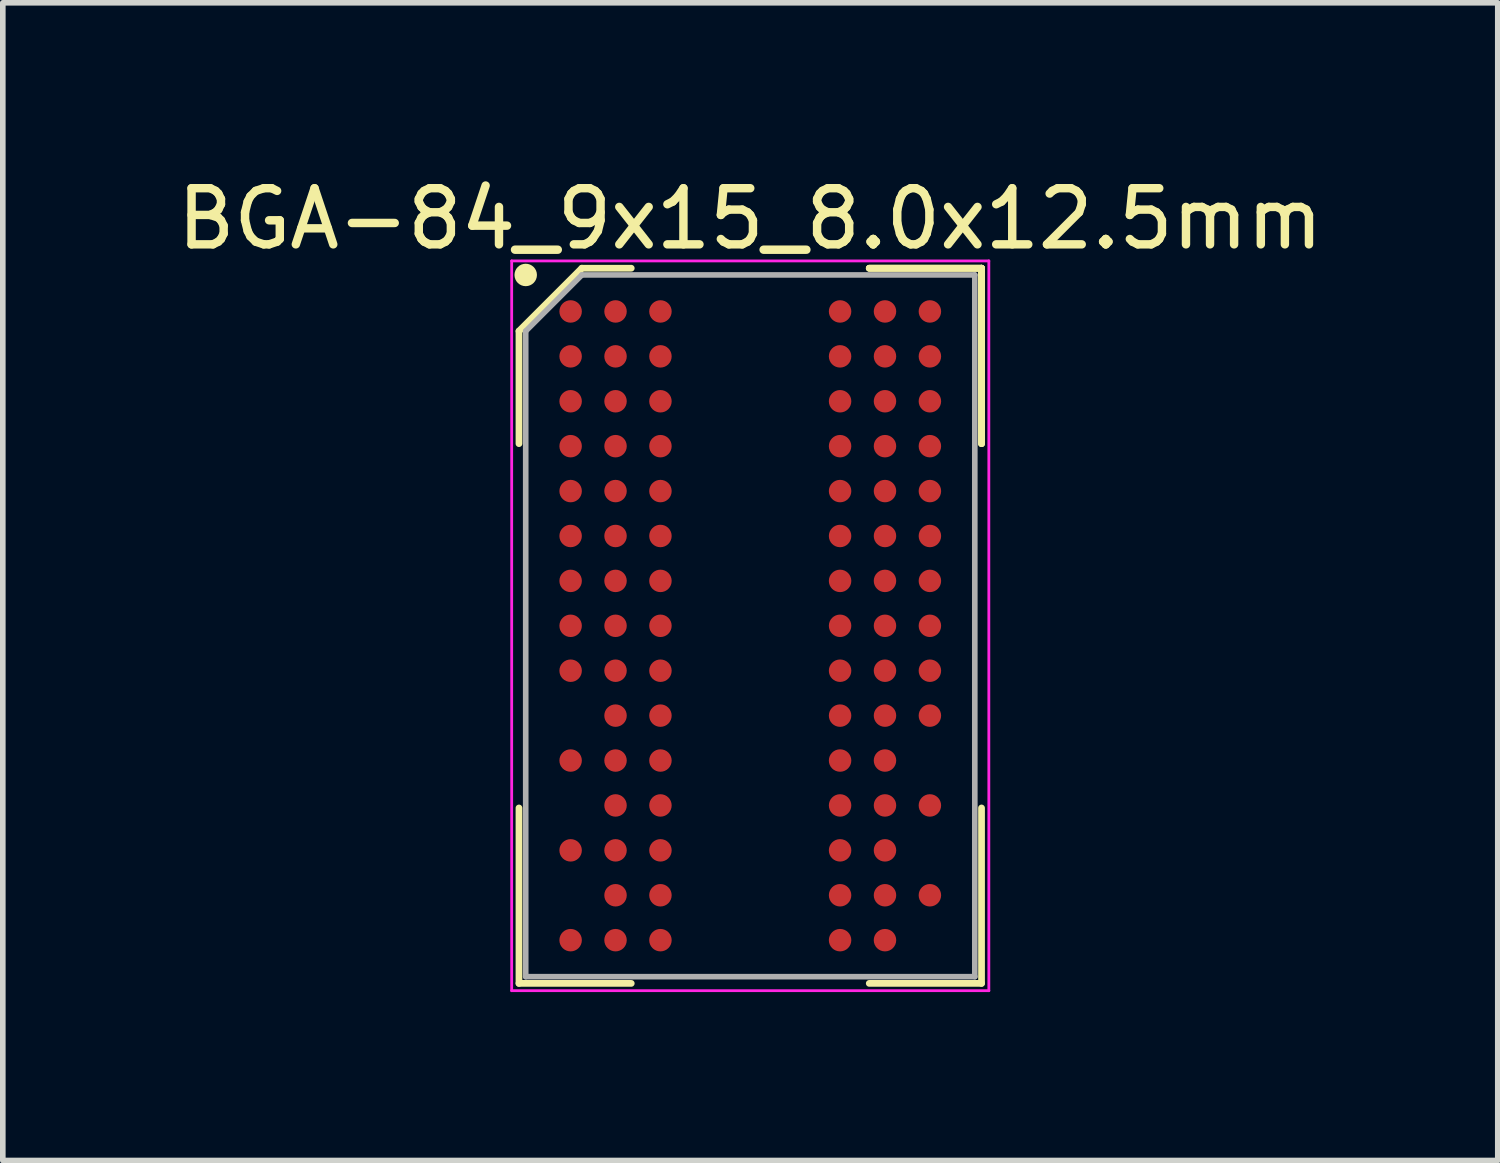
<source format=kicad_pcb>
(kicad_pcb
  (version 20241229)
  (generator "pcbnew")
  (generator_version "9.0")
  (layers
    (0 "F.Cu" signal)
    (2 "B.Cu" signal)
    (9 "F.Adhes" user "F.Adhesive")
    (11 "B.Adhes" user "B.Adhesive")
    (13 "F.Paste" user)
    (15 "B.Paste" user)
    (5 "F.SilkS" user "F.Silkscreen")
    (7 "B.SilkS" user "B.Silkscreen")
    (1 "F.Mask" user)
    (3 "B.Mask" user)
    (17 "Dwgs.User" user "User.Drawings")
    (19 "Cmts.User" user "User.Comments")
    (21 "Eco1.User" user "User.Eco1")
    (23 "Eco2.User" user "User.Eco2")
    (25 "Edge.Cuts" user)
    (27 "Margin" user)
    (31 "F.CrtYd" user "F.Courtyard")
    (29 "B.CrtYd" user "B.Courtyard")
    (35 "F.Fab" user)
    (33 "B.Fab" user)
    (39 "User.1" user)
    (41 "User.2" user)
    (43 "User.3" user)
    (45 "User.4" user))
  (footprint "BGA-84_9x15_8.0x12.5mm"
    (layer "F.Cu")
    (at 10.315 8.098)
    (property "Reference" "BGA-84_9x15_8.0x12.5mm" (at 0 -7.25 0) (layer "F.SilkS") (effects (font (size 1 1) (thickness 0.15))))
    (attr through_hole)
    (fp_line (start -4.12 -5.25) (end -4.12 -3.245) (stroke (width 0.12) (type solid)) (layer "F.SilkS"))
    (fp_line (start -4.12 6.37) (end -4.12 3.245) (stroke (width 0.12) (type solid)) (layer "F.SilkS"))
    (fp_line (start -3 -6.37) (end -4.12 -5.25) (stroke (width 0.12) (type solid)) (layer "F.SilkS"))
    (fp_line (start -2.12 -6.37) (end -3 -6.37) (stroke (width 0.12) (type solid)) (layer "F.SilkS"))
    (fp_line (start -2.12 6.37) (end -4.12 6.37) (stroke (width 0.12) (type solid)) (layer "F.SilkS"))
    (fp_line (start 2.12 -6.37) (end 4.12 -6.37) (stroke (width 0.12) (type solid)) (layer "F.SilkS"))
    (fp_line (start 2.12 -6.37) (end 4.12 -6.37) (stroke (width 0.12) (type solid)) (layer "F.SilkS"))
    (fp_line (start 2.12 -6.37) (end 4.12 -6.37) (stroke (width 0.12) (type solid)) (layer "F.SilkS"))
    (fp_line (start 2.12 6.37) (end 4.12 6.37) (stroke (width 0.12) (type solid)) (layer "F.SilkS"))
    (fp_line (start 4.12 -6.37) (end 4.12 -3.245) (stroke (width 0.12) (type solid)) (layer "F.SilkS"))
    (fp_line (start 4.12 -6.37) (end 4.12 -3.245) (stroke (width 0.12) (type solid)) (layer "F.SilkS"))
    (fp_line (start 4.12 -6.37) (end 4.12 -3.245) (stroke (width 0.12) (type solid)) (layer "F.SilkS"))
    (fp_line (start 4.12 6.37) (end 4.12 3.245) (stroke (width 0.12) (type solid)) (layer "F.SilkS"))
    (fp_circle (center -4 -6.25) (end -4 -6.15) (stroke (width 0.2) (type solid)) (fill no) (layer "F.SilkS"))
    (fp_line (start -4.25 -6.5) (end 4.25 -6.5) (stroke (width 0.05) (type solid)) (layer "F.CrtYd"))
    (fp_line (start -4.25 6.5) (end -4.25 -6.5) (stroke (width 0.05) (type solid)) (layer "F.CrtYd"))
    (fp_line (start 4.25 -6.5) (end 4.25 6.5) (stroke (width 0.05) (type solid)) (layer "F.CrtYd"))
    (fp_line (start 4.25 6.5) (end -4.25 6.5) (stroke (width 0.05) (type solid)) (layer "F.CrtYd"))
    (fp_line (start -4 -5.25) (end -4 6.25) (stroke (width 0.1) (type solid)) (layer "F.Fab"))
    (fp_line (start -4 6.25) (end 4 6.25) (stroke (width 0.1) (type solid)) (layer "F.Fab"))
    (fp_line (start -3 -6.25) (end -4 -5.25) (stroke (width 0.1) (type solid)) (layer "F.Fab"))
    (fp_line (start 4 -6.25) (end -3 -6.25) (stroke (width 0.1) (type solid)) (layer "F.Fab"))
    (fp_line (start 4 6.25) (end 4 -6.25) (stroke (width 0.1) (type solid)) (layer "F.Fab"))
    (pad "A1" smd circle (at -3.2 -5.6) (size 0.4 0.4) (layers "F.Cu" "F.Mask" "F.Paste"))
    (pad "A2" smd circle (at -2.4 -5.6) (size 0.4 0.4) (layers "F.Cu" "F.Mask" "F.Paste"))
    (pad "A3" smd circle (at -1.6 -5.6) (size 0.4 0.4) (layers "F.Cu" "F.Mask" "F.Paste"))
    (pad "A7" smd circle (at 1.6 -5.6) (size 0.4 0.4) (layers "F.Cu" "F.Mask" "F.Paste"))
    (pad "A8" smd circle (at 2.4 -5.6) (size 0.4 0.4) (layers "F.Cu" "F.Mask" "F.Paste"))
    (pad "A9" smd circle (at 3.2 -5.6) (size 0.4 0.4) (layers "F.Cu" "F.Mask" "F.Paste"))
    (pad "B1" smd circle (at -3.2 -4.8) (size 0.4 0.4) (layers "F.Cu" "F.Mask" "F.Paste"))
    (pad "B2" smd circle (at -2.4 -4.8) (size 0.4 0.4) (layers "F.Cu" "F.Mask" "F.Paste"))
    (pad "B3" smd circle (at -1.6 -4.8) (size 0.4 0.4) (layers "F.Cu" "F.Mask" "F.Paste"))
    (pad "B7" smd circle (at 1.6 -4.8) (size 0.4 0.4) (layers "F.Cu" "F.Mask" "F.Paste"))
    (pad "B8" smd circle (at 2.4 -4.8) (size 0.4 0.4) (layers "F.Cu" "F.Mask" "F.Paste"))
    (pad "B9" smd circle (at 3.2 -4.8) (size 0.4 0.4) (layers "F.Cu" "F.Mask" "F.Paste"))
    (pad "C1" smd circle (at -3.2 -4) (size 0.4 0.4) (layers "F.Cu" "F.Mask" "F.Paste"))
    (pad "C2" smd circle (at -2.4 -4) (size 0.4 0.4) (layers "F.Cu" "F.Mask" "F.Paste"))
    (pad "C3" smd circle (at -1.6 -4) (size 0.4 0.4) (layers "F.Cu" "F.Mask" "F.Paste"))
    (pad "C7" smd circle (at 1.6 -4) (size 0.4 0.4) (layers "F.Cu" "F.Mask" "F.Paste"))
    (pad "C8" smd circle (at 2.4 -4) (size 0.4 0.4) (layers "F.Cu" "F.Mask" "F.Paste"))
    (pad "C9" smd circle (at 3.2 -4) (size 0.4 0.4) (layers "F.Cu" "F.Mask" "F.Paste"))
    (pad "D1" smd circle (at -3.2 -3.2) (size 0.4 0.4) (layers "F.Cu" "F.Mask" "F.Paste"))
    (pad "D2" smd circle (at -2.4 -3.2) (size 0.4 0.4) (layers "F.Cu" "F.Mask" "F.Paste"))
    (pad "D3" smd circle (at -1.6 -3.2) (size 0.4 0.4) (layers "F.Cu" "F.Mask" "F.Paste"))
    (pad "D7" smd circle (at 1.6 -3.2) (size 0.4 0.4) (layers "F.Cu" "F.Mask" "F.Paste"))
    (pad "D8" smd circle (at 2.4 -3.2) (size 0.4 0.4) (layers "F.Cu" "F.Mask" "F.Paste"))
    (pad "D9" smd circle (at 3.2 -3.2) (size 0.4 0.4) (layers "F.Cu" "F.Mask" "F.Paste"))
    (pad "E1" smd circle (at -3.2 -2.4) (size 0.4 0.4) (layers "F.Cu" "F.Mask" "F.Paste"))
    (pad "E2" smd circle (at -2.4 -2.4) (size 0.4 0.4) (layers "F.Cu" "F.Mask" "F.Paste"))
    (pad "E3" smd circle (at -1.6 -2.4) (size 0.4 0.4) (layers "F.Cu" "F.Mask" "F.Paste"))
    (pad "E7" smd circle (at 1.6 -2.4) (size 0.4 0.4) (layers "F.Cu" "F.Mask" "F.Paste"))
    (pad "E8" smd circle (at 2.4 -2.4) (size 0.4 0.4) (layers "F.Cu" "F.Mask" "F.Paste"))
    (pad "E9" smd circle (at 3.2 -2.4) (size 0.4 0.4) (layers "F.Cu" "F.Mask" "F.Paste"))
    (pad "F1" smd circle (at -3.2 -1.6) (size 0.4 0.4) (layers "F.Cu" "F.Mask" "F.Paste"))
    (pad "F2" smd circle (at -2.4 -1.6) (size 0.4 0.4) (layers "F.Cu" "F.Mask" "F.Paste"))
    (pad "F3" smd circle (at -1.6 -1.6) (size 0.4 0.4) (layers "F.Cu" "F.Mask" "F.Paste"))
    (pad "F7" smd circle (at 1.6 -1.6) (size 0.4 0.4) (layers "F.Cu" "F.Mask" "F.Paste"))
    (pad "F8" smd circle (at 2.4 -1.6) (size 0.4 0.4) (layers "F.Cu" "F.Mask" "F.Paste"))
    (pad "F9" smd circle (at 3.2 -1.6) (size 0.4 0.4) (layers "F.Cu" "F.Mask" "F.Paste"))
    (pad "G1" smd circle (at -3.2 -0.8) (size 0.4 0.4) (layers "F.Cu" "F.Mask" "F.Paste"))
    (pad "G2" smd circle (at -2.4 -0.8) (size 0.4 0.4) (layers "F.Cu" "F.Mask" "F.Paste"))
    (pad "G3" smd circle (at -1.6 -0.8) (size 0.4 0.4) (layers "F.Cu" "F.Mask" "F.Paste"))
    (pad "G7" smd circle (at 1.6 -0.8) (size 0.4 0.4) (layers "F.Cu" "F.Mask" "F.Paste"))
    (pad "G8" smd circle (at 2.4 -0.8) (size 0.4 0.4) (layers "F.Cu" "F.Mask" "F.Paste"))
    (pad "G9" smd circle (at 3.2 -0.8) (size 0.4 0.4) (layers "F.Cu" "F.Mask" "F.Paste"))
    (pad "H1" smd circle (at -3.2 0) (size 0.4 0.4) (layers "F.Cu" "F.Mask" "F.Paste"))
    (pad "H2" smd circle (at -2.4 0) (size 0.4 0.4) (layers "F.Cu" "F.Mask" "F.Paste"))
    (pad "H3" smd circle (at -1.6 0) (size 0.4 0.4) (layers "F.Cu" "F.Mask" "F.Paste"))
    (pad "H7" smd circle (at 1.6 0) (size 0.4 0.4) (layers "F.Cu" "F.Mask" "F.Paste"))
    (pad "H8" smd circle (at 2.4 0) (size 0.4 0.4) (layers "F.Cu" "F.Mask" "F.Paste"))
    (pad "H9" smd circle (at 3.2 0) (size 0.4 0.4) (layers "F.Cu" "F.Mask" "F.Paste"))
    (pad "J1" smd circle (at -3.2 0.8) (size 0.4 0.4) (layers "F.Cu" "F.Mask" "F.Paste"))
    (pad "J2" smd circle (at -2.4 0.8) (size 0.4 0.4) (layers "F.Cu" "F.Mask" "F.Paste"))
    (pad "J3" smd circle (at -1.6 0.8) (size 0.4 0.4) (layers "F.Cu" "F.Mask" "F.Paste"))
    (pad "J7" smd circle (at 1.6 0.8) (size 0.4 0.4) (layers "F.Cu" "F.Mask" "F.Paste"))
    (pad "J8" smd circle (at 2.4 0.8) (size 0.4 0.4) (layers "F.Cu" "F.Mask" "F.Paste"))
    (pad "J9" smd circle (at 3.2 0.8) (size 0.4 0.4) (layers "F.Cu" "F.Mask" "F.Paste"))
    (pad "K2" smd circle (at -2.4 1.6) (size 0.4 0.4) (layers "F.Cu" "F.Mask" "F.Paste"))
    (pad "K3" smd circle (at -1.6 1.6) (size 0.4 0.4) (layers "F.Cu" "F.Mask" "F.Paste"))
    (pad "K7" smd circle (at 1.6 1.6) (size 0.4 0.4) (layers "F.Cu" "F.Mask" "F.Paste"))
    (pad "K8" smd circle (at 2.4 1.6) (size 0.4 0.4) (layers "F.Cu" "F.Mask" "F.Paste"))
    (pad "K9" smd circle (at 3.2 1.6) (size 0.4 0.4) (layers "F.Cu" "F.Mask" "F.Paste"))
    (pad "L1" smd circle (at -3.2 2.4) (size 0.4 0.4) (layers "F.Cu" "F.Mask" "F.Paste"))
    (pad "L2" smd circle (at -2.4 2.4) (size 0.4 0.4) (layers "F.Cu" "F.Mask" "F.Paste"))
    (pad "L3" smd circle (at -1.6 2.4) (size 0.4 0.4) (layers "F.Cu" "F.Mask" "F.Paste"))
    (pad "L7" smd circle (at 1.6 2.4) (size 0.4 0.4) (layers "F.Cu" "F.Mask" "F.Paste"))
    (pad "L8" smd circle (at 2.4 2.4) (size 0.4 0.4) (layers "F.Cu" "F.Mask" "F.Paste"))
    (pad "M2" smd circle (at -2.4 3.2) (size 0.4 0.4) (layers "F.Cu" "F.Mask" "F.Paste"))
    (pad "M3" smd circle (at -1.6 3.2) (size 0.4 0.4) (layers "F.Cu" "F.Mask" "F.Paste"))
    (pad "M7" smd circle (at 1.6 3.2) (size 0.4 0.4) (layers "F.Cu" "F.Mask" "F.Paste"))
    (pad "M8" smd circle (at 2.4 3.2) (size 0.4 0.4) (layers "F.Cu" "F.Mask" "F.Paste"))
    (pad "M9" smd circle (at 3.2 3.2) (size 0.4 0.4) (layers "F.Cu" "F.Mask" "F.Paste"))
    (pad "N1" smd circle (at -3.2 4) (size 0.4 0.4) (layers "F.Cu" "F.Mask" "F.Paste"))
    (pad "N2" smd circle (at -2.4 4) (size 0.4 0.4) (layers "F.Cu" "F.Mask" "F.Paste"))
    (pad "N3" smd circle (at -1.6 4) (size 0.4 0.4) (layers "F.Cu" "F.Mask" "F.Paste"))
    (pad "N7" smd circle (at 1.6 4) (size 0.4 0.4) (layers "F.Cu" "F.Mask" "F.Paste"))
    (pad "N8" smd circle (at 2.4 4) (size 0.4 0.4) (layers "F.Cu" "F.Mask" "F.Paste"))
    (pad "P2" smd circle (at -2.4 4.8) (size 0.4 0.4) (layers "F.Cu" "F.Mask" "F.Paste"))
    (pad "P3" smd circle (at -1.6 4.8) (size 0.4 0.4) (layers "F.Cu" "F.Mask" "F.Paste"))
    (pad "P7" smd circle (at 1.6 4.8) (size 0.4 0.4) (layers "F.Cu" "F.Mask" "F.Paste"))
    (pad "P8" smd circle (at 2.4 4.8) (size 0.4 0.4) (layers "F.Cu" "F.Mask" "F.Paste"))
    (pad "P9" smd circle (at 3.2 4.8) (size 0.4 0.4) (layers "F.Cu" "F.Mask" "F.Paste"))
    (pad "R1" smd circle (at -3.2 5.6) (size 0.4 0.4) (layers "F.Cu" "F.Mask" "F.Paste"))
    (pad "R2" smd circle (at -2.4 5.6) (size 0.4 0.4) (layers "F.Cu" "F.Mask" "F.Paste"))
    (pad "R3" smd circle (at -1.6 5.6) (size 0.4 0.4) (layers "F.Cu" "F.Mask" "F.Paste"))
    (pad "R7" smd circle (at 1.6 5.6) (size 0.4 0.4) (layers "F.Cu" "F.Mask" "F.Paste"))
    (pad "R8" smd circle (at 2.4 5.6) (size 0.4 0.4) (layers "F.Cu" "F.Mask" "F.Paste")))
  (gr_rect
    (start -3 -3)
    (end 23.631 17.623)
    (stroke (width 0.1) (type default))
    (fill no)
    (layer "Edge.Cuts")))
</source>
